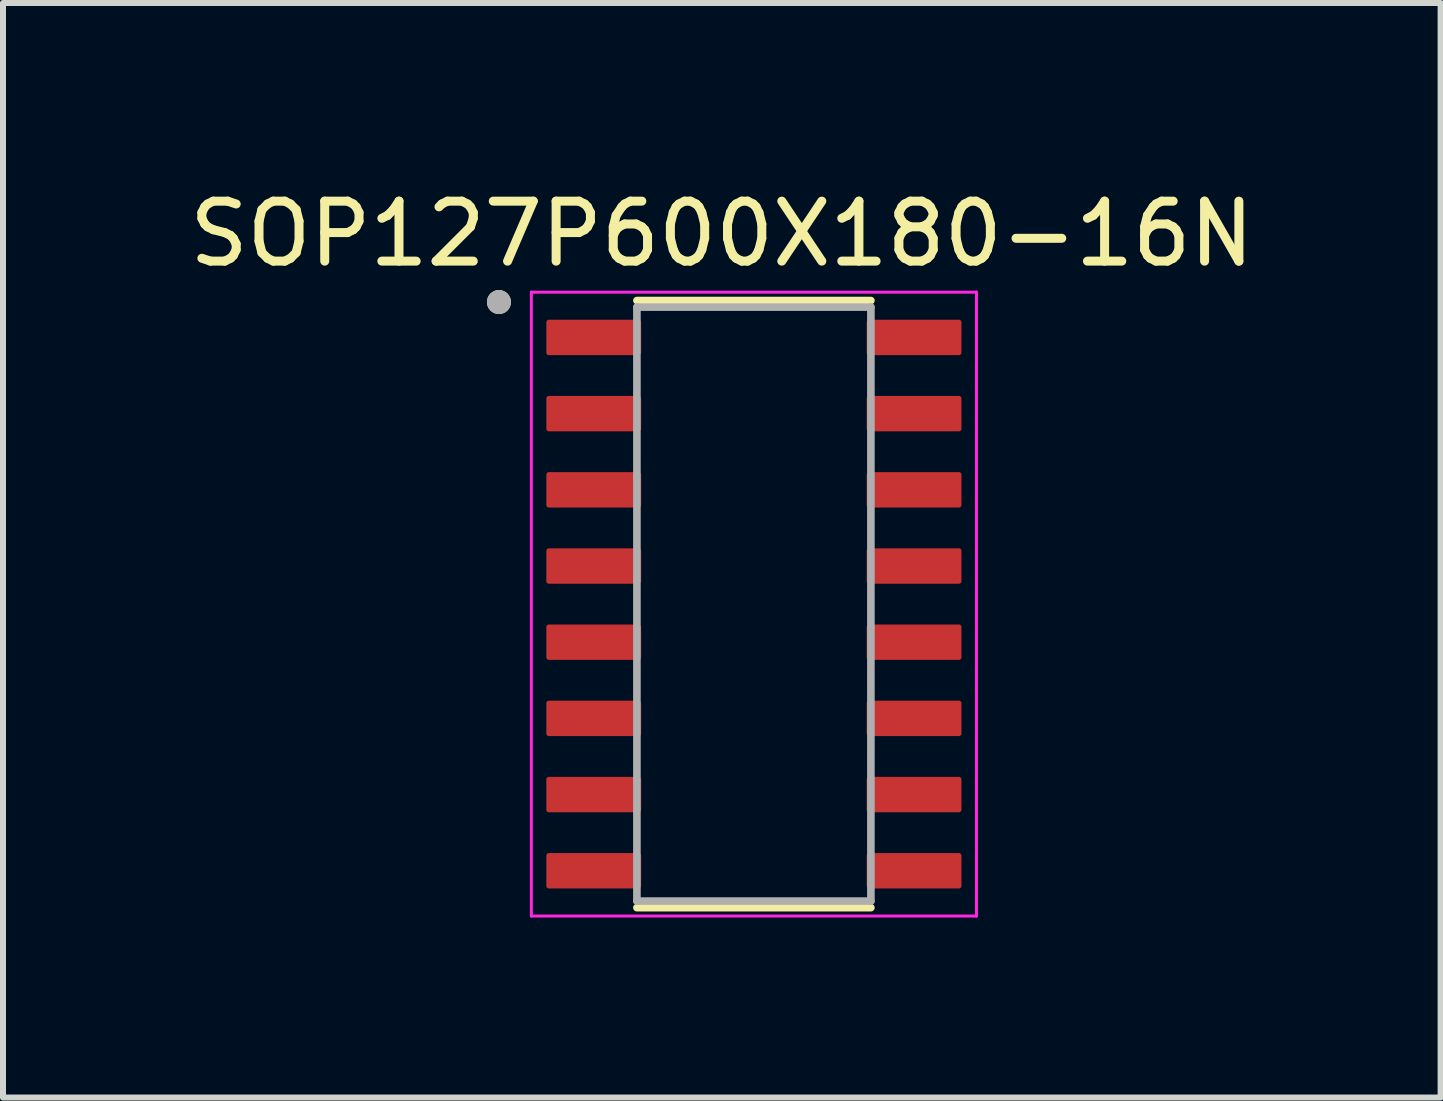
<source format=kicad_pcb>
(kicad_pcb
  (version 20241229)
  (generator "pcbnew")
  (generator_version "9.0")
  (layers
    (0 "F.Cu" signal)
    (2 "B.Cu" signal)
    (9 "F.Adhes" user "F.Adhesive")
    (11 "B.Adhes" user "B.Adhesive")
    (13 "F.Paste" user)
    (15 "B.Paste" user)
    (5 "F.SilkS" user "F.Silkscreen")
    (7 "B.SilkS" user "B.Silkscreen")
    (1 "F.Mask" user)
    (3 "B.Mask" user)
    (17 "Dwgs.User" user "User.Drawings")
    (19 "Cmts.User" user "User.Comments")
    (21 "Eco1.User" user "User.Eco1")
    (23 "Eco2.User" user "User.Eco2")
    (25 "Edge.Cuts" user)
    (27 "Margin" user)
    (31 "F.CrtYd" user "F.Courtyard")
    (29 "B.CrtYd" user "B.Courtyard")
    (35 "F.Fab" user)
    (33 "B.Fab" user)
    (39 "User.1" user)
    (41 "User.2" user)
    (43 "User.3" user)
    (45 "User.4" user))
  (footprint "SOP127P600X180-16N"
    (layer "F.Cu")
    (at 9.517 7.02)
    (property "Reference" "SOP127P600X180-16N" (at -0.535 -6.172 0) (layer "F.SilkS") (effects (font (size 1 1) (thickness 0.15))))
    (attr smd)
    (fp_line (start -1.95 -5.06) (end 1.95 -5.06) (stroke (width 0.127) (type solid)) (layer "F.SilkS"))
    (fp_line (start -1.95 5.06) (end 1.95 5.06) (stroke (width 0.127) (type solid)) (layer "F.SilkS"))
    (fp_circle (center -4.25 -5.035) (end -4.15 -5.035) (stroke (width 0.2) (type solid)) (fill no) (layer "F.SilkS"))
    (fp_line (start -3.71 -5.2) (end -3.71 5.2) (stroke (width 0.05) (type solid)) (layer "F.CrtYd"))
    (fp_line (start -3.71 -5.2) (end 3.71 -5.2) (stroke (width 0.05) (type solid)) (layer "F.CrtYd"))
    (fp_line (start -3.71 5.2) (end 3.71 5.2) (stroke (width 0.05) (type solid)) (layer "F.CrtYd"))
    (fp_line (start 3.71 -5.2) (end 3.71 5.2) (stroke (width 0.05) (type solid)) (layer "F.CrtYd"))
    (fp_line (start -1.95 -4.95) (end -1.95 4.95) (stroke (width 0.127) (type solid)) (layer "F.Fab"))
    (fp_line (start -1.95 -4.95) (end 1.95 -4.95) (stroke (width 0.127) (type solid)) (layer "F.Fab"))
    (fp_line (start -1.95 4.95) (end 1.95 4.95) (stroke (width 0.127) (type solid)) (layer "F.Fab"))
    (fp_line (start 1.95 -4.95) (end 1.95 4.95) (stroke (width 0.127) (type solid)) (layer "F.Fab"))
    (fp_circle (center -4.25 -5.035) (end -4.15 -5.035) (stroke (width 0.2) (type solid)) (fill no) (layer "F.Fab"))
    (pad "1" smd roundrect (at -2.67 -4.445) (size 1.58 0.59) (layers "F.Cu" "F.Mask" "F.Paste") (roundrect_rratio 0.07))
    (pad "2" smd roundrect (at -2.67 -3.175) (size 1.58 0.59) (layers "F.Cu" "F.Mask" "F.Paste") (roundrect_rratio 0.07))
    (pad "3" smd roundrect (at -2.67 -1.905) (size 1.58 0.59) (layers "F.Cu" "F.Mask" "F.Paste") (roundrect_rratio 0.07))
    (pad "4" smd roundrect (at -2.67 -0.635) (size 1.58 0.59) (layers "F.Cu" "F.Mask" "F.Paste") (roundrect_rratio 0.07))
    (pad "5" smd roundrect (at -2.67 0.635) (size 1.58 0.59) (layers "F.Cu" "F.Mask" "F.Paste") (roundrect_rratio 0.07))
    (pad "6" smd roundrect (at -2.67 1.905) (size 1.58 0.59) (layers "F.Cu" "F.Mask" "F.Paste") (roundrect_rratio 0.07))
    (pad "7" smd roundrect (at -2.67 3.175) (size 1.58 0.59) (layers "F.Cu" "F.Mask" "F.Paste") (roundrect_rratio 0.07))
    (pad "8" smd roundrect (at -2.67 4.445) (size 1.58 0.59) (layers "F.Cu" "F.Mask" "F.Paste") (roundrect_rratio 0.07))
    (pad "9" smd roundrect (at 2.67 4.445) (size 1.58 0.59) (layers "F.Cu" "F.Mask" "F.Paste") (roundrect_rratio 0.07))
    (pad "10" smd roundrect (at 2.67 3.175) (size 1.58 0.59) (layers "F.Cu" "F.Mask" "F.Paste") (roundrect_rratio 0.07))
    (pad "11" smd roundrect (at 2.67 1.905) (size 1.58 0.59) (layers "F.Cu" "F.Mask" "F.Paste") (roundrect_rratio 0.07))
    (pad "12" smd roundrect (at 2.67 0.635) (size 1.58 0.59) (layers "F.Cu" "F.Mask" "F.Paste") (roundrect_rratio 0.07))
    (pad "13" smd roundrect (at 2.67 -0.635) (size 1.58 0.59) (layers "F.Cu" "F.Mask" "F.Paste") (roundrect_rratio 0.07))
    (pad "14" smd roundrect (at 2.67 -1.905) (size 1.58 0.59) (layers "F.Cu" "F.Mask" "F.Paste") (roundrect_rratio 0.07))
    (pad "15" smd roundrect (at 2.67 -3.175) (size 1.58 0.59) (layers "F.Cu" "F.Mask" "F.Paste") (roundrect_rratio 0.07))
    (pad "16" smd roundrect (at 2.67 -4.445) (size 1.58 0.59) (layers "F.Cu" "F.Mask" "F.Paste") (roundrect_rratio 0.07)))
  (gr_rect
    (start -3 -3)
    (end 20.964 15.245)
    (stroke (width 0.1) (type default))
    (fill no)
    (layer "Edge.Cuts")))
</source>
